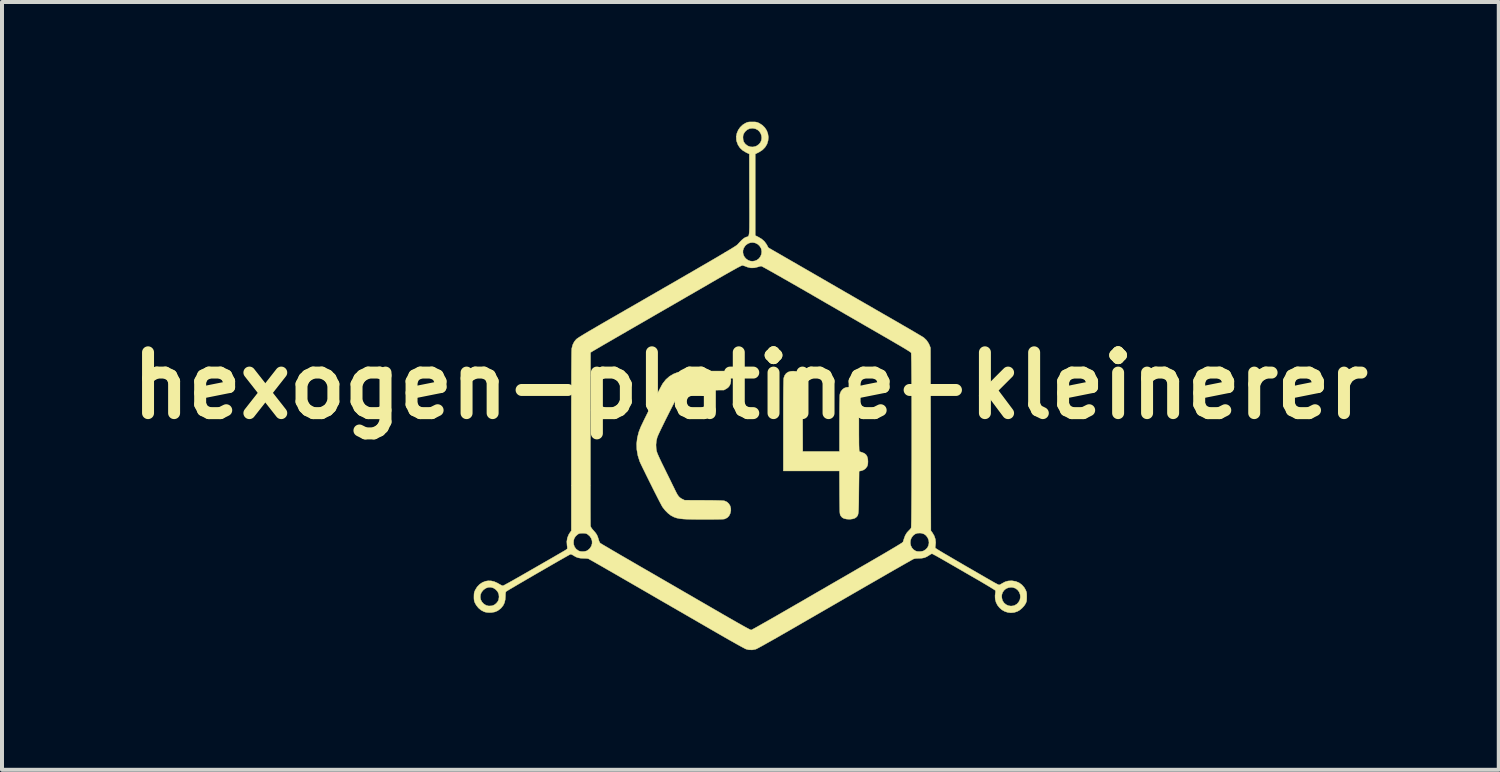
<source format=kicad_pcb>
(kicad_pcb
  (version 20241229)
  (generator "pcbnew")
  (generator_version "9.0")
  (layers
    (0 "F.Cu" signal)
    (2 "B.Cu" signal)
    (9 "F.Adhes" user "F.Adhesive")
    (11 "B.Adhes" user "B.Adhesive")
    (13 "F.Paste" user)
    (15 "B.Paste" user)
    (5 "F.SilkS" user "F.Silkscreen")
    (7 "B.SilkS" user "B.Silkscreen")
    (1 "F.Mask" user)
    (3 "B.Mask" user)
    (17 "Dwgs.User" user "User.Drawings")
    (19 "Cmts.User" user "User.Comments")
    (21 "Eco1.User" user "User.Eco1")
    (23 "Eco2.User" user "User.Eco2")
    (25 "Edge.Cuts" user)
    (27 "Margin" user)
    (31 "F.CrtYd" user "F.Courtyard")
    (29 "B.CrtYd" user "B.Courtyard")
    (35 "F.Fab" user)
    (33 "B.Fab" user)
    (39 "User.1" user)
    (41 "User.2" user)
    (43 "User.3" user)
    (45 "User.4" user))
  (footprint "hexogen-platine-kleinerer"
    (layer "F.Cu")
    (at 15.755 6.614)
    (property "Reference" "hexogen-platine-kleinerer" (at 0 0 0) (layer "F.SilkS") (effects (font (size 1.524 1.524) (thickness 0.3))))
    (attr through_hole)
    (fp_poly (pts (xy 1.145 -0.357) (xy 1.202 -0.337) (xy 1.247 -0.302) (xy 1.284 -0.25) (xy 1.284 -0.249) (xy 1.288 -0.241) (xy 1.292 -0.233) (xy 1.295 -0.223) (xy 1.297 -0.21) (xy 1.3 -0.193) (xy 1.302 -0.169) (xy 1.303 -0.138) (xy 1.304 -0.099) (xy 1.306 -0.049) (xy 1.306 0.011) (xy 1.307 0.085) (xy 1.308 0.172) (xy 1.308 0.275) (xy 1.309 0.395) (xy 1.309 0.533) (xy 1.31 0.691) (xy 1.31 0.722) (xy 1.313 1.651) (xy 2.233 1.651) (xy 2.233 0.955) (xy 2.234 0.805) (xy 2.234 0.67) (xy 2.235 0.551) (xy 2.236 0.448) (xy 2.238 0.362) (xy 2.239 0.294) (xy 2.241 0.245) (xy 2.244 0.217) (xy 2.244 0.212) (xy 2.269 0.148) (xy 2.309 0.096) (xy 2.351 0.064) (xy 2.405 0.044) (xy 2.466 0.039) (xy 2.529 0.046) (xy 2.589 0.064) (xy 2.64 0.094) (xy 2.675 0.13) (xy 2.691 0.161) (xy 2.704 0.202) (xy 2.71 0.229) (xy 2.711 0.251) (xy 2.713 0.292) (xy 2.715 0.351) (xy 2.716 0.426) (xy 2.717 0.515) (xy 2.718 0.615) (xy 2.719 0.726) (xy 2.72 0.845) (xy 2.72 0.964) (xy 2.72 1.107) (xy 2.72 1.229) (xy 2.721 1.333) (xy 2.721 1.42) (xy 2.722 1.491) (xy 2.724 1.546) (xy 2.725 1.589) (xy 2.727 1.619) (xy 2.73 1.638) (xy 2.732 1.647) (xy 2.733 1.649) (xy 2.751 1.658) (xy 2.78 1.668) (xy 2.794 1.672) (xy 2.854 1.696) (xy 2.898 1.731) (xy 2.927 1.779) (xy 2.943 1.842) (xy 2.947 1.9) (xy 2.945 1.95) (xy 2.939 1.987) (xy 2.929 2.018) (xy 2.923 2.029) (xy 2.886 2.078) (xy 2.836 2.114) (xy 2.776 2.135) (xy 2.772 2.136) (xy 2.725 2.144) (xy 2.719 2.667) (xy 2.718 2.791) (xy 2.717 2.896) (xy 2.715 2.983) (xy 2.713 3.055) (xy 2.711 3.113) (xy 2.708 3.159) (xy 2.704 3.195) (xy 2.699 3.222) (xy 2.693 3.243) (xy 2.685 3.26) (xy 2.676 3.274) (xy 2.665 3.287) (xy 2.659 3.294) (xy 2.62 3.322) (xy 2.565 3.34) (xy 2.499 3.349) (xy 2.425 3.346) (xy 2.407 3.344) (xy 2.346 3.33) (xy 2.301 3.305) (xy 2.269 3.268) (xy 2.262 3.257) (xy 2.257 3.246) (xy 2.252 3.236) (xy 2.249 3.223) (xy 2.246 3.207) (xy 2.243 3.184) (xy 2.241 3.154) (xy 2.24 3.115) (xy 2.239 3.064) (xy 2.238 3) (xy 2.237 2.921) (xy 2.236 2.825) (xy 2.235 2.71) (xy 2.235 2.675) (xy 2.232 2.138) (xy 0.826 2.138) (xy 0.826 1.001) (xy 0.826 0.791) (xy 0.826 0.601) (xy 0.826 0.433) (xy 0.827 0.285) (xy 0.828 0.158) (xy 0.829 0.05) (xy 0.831 -0.037) (xy 0.832 -0.105) (xy 0.834 -0.153) (xy 0.836 -0.182) (xy 0.837 -0.19) (xy 0.86 -0.255) (xy 0.897 -0.305) (xy 0.948 -0.34) (xy 1.014 -0.359) (xy 1.073 -0.363) (xy 1.145 -0.357)) (stroke (width 0.01) (type solid)) (fill yes) (layer "F.SilkS"))
    (fp_poly (pts (xy -0.604 -0.339) (xy -0.552 -0.298) (xy -0.514 -0.245) (xy -0.492 -0.184) (xy -0.487 -0.118) (xy -0.499 -0.051) (xy -0.516 -0.01) (xy -0.54 0.028) (xy -0.569 0.056) (xy -0.603 0.078) (xy -0.661 0.111) (xy -1.169 0.116) (xy -1.29 0.118) (xy -1.391 0.119) (xy -1.474 0.12) (xy -1.542 0.122) (xy -1.597 0.124) (xy -1.64 0.127) (xy -1.674 0.132) (xy -1.699 0.137) (xy -1.719 0.144) (xy -1.735 0.154) (xy -1.749 0.165) (xy -1.763 0.178) (xy -1.777 0.192) (xy -1.789 0.209) (xy -1.809 0.243) (xy -1.836 0.291) (xy -1.869 0.352) (xy -1.906 0.423) (xy -1.948 0.503) (xy -1.992 0.589) (xy -2.037 0.678) (xy -2.083 0.77) (xy -2.129 0.861) (xy -2.172 0.949) (xy -2.213 1.033) (xy -2.25 1.109) (xy -2.282 1.177) (xy -2.308 1.233) (xy -2.326 1.276) (xy -2.335 1.299) (xy -2.356 1.387) (xy -2.365 1.483) (xy -2.36 1.58) (xy -2.35 1.64) (xy -2.341 1.669) (xy -2.325 1.712) (xy -2.3 1.769) (xy -2.266 1.843) (xy -2.224 1.932) (xy -2.171 2.039) (xy -2.138 2.106) (xy -2.094 2.196) (xy -2.05 2.285) (xy -2.008 2.37) (xy -1.97 2.448) (xy -1.937 2.516) (xy -1.909 2.572) (xy -1.89 2.612) (xy -1.886 2.62) (xy -1.852 2.688) (xy -1.822 2.741) (xy -1.793 2.78) (xy -1.762 2.809) (xy -1.727 2.833) (xy -1.707 2.843) (xy -1.647 2.872) (xy -1.17 2.874) (xy -1.035 2.875) (xy -0.92 2.876) (xy -0.826 2.878) (xy -0.751 2.88) (xy -0.696 2.883) (xy -0.661 2.886) (xy -0.648 2.889) (xy -0.589 2.915) (xy -0.542 2.957) (xy -0.508 3.011) (xy -0.491 3.074) (xy -0.489 3.131) (xy -0.505 3.204) (xy -0.535 3.264) (xy -0.58 3.31) (xy -0.638 3.339) (xy -0.651 3.343) (xy -0.671 3.346) (xy -0.71 3.348) (xy -0.765 3.35) (xy -0.833 3.351) (xy -0.911 3.352) (xy -0.998 3.353) (xy -1.089 3.353) (xy -1.184 3.353) (xy -1.278 3.353) (xy -1.37 3.352) (xy -1.456 3.351) (xy -1.535 3.349) (xy -1.603 3.347) (xy -1.657 3.344) (xy -1.667 3.344) (xy -1.765 3.334) (xy -1.847 3.318) (xy -1.918 3.293) (xy -1.983 3.259) (xy -1.996 3.251) (xy -2.065 3.197) (xy -2.132 3.13) (xy -2.192 3.055) (xy -2.207 3.033) (xy -2.22 3.01) (xy -2.241 2.97) (xy -2.27 2.916) (xy -2.304 2.85) (xy -2.343 2.773) (xy -2.386 2.689) (xy -2.431 2.6) (xy -2.477 2.507) (xy -2.524 2.413) (xy -2.57 2.32) (xy -2.614 2.231) (xy -2.655 2.147) (xy -2.692 2.072) (xy -2.724 2.006) (xy -2.749 1.954) (xy -2.766 1.916) (xy -2.773 1.9) (xy -2.819 1.754) (xy -2.845 1.606) (xy -2.85 1.458) (xy -2.833 1.31) (xy -2.796 1.163) (xy -2.753 1.051) (xy -2.734 1.009) (xy -2.707 0.953) (xy -2.675 0.885) (xy -2.637 0.808) (xy -2.595 0.723) (xy -2.55 0.632) (xy -2.503 0.539) (xy -2.456 0.445) (xy -2.409 0.353) (xy -2.364 0.265) (xy -2.321 0.183) (xy -2.283 0.109) (xy -2.249 0.045) (xy -2.222 -0.006) (xy -2.202 -0.041) (xy -2.193 -0.056) (xy -2.117 -0.152) (xy -2.029 -0.23) (xy -1.928 -0.291) (xy -1.817 -0.334) (xy -1.773 -0.345) (xy -1.751 -0.35) (xy -1.728 -0.353) (xy -1.701 -0.356) (xy -1.669 -0.359) (xy -1.628 -0.361) (xy -1.578 -0.362) (xy -1.516 -0.363) (xy -1.44 -0.364) (xy -1.348 -0.364) (xy -1.238 -0.365) (xy -1.169 -0.365) (xy -0.651 -0.365) (xy -0.604 -0.339)) (stroke (width 0.01) (type solid)) (fill yes) (layer "F.SilkS"))
    (fp_poly (pts (xy 0.098 -6.609) (xy 0.135 -6.606) (xy 0.163 -6.6) (xy 0.192 -6.59) (xy 0.224 -6.575) (xy 0.301 -6.526) (xy 0.363 -6.464) (xy 0.41 -6.392) (xy 0.439 -6.312) (xy 0.451 -6.228) (xy 0.444 -6.141) (xy 0.418 -6.056) (xy 0.413 -6.046) (xy 0.367 -5.971) (xy 0.304 -5.907) (xy 0.224 -5.855) (xy 0.204 -5.844) (xy 0.122 -5.805) (xy 0.122 -3.763) (xy 0.203 -3.722) (xy 0.285 -3.673) (xy 0.351 -3.615) (xy 0.403 -3.544) (xy 0.414 -3.525) (xy 0.45 -3.457) (xy 1.667 -2.755) (xy 1.831 -2.66) (xy 2.001 -2.562) (xy 2.174 -2.462) (xy 2.348 -2.361) (xy 2.522 -2.261) (xy 2.693 -2.162) (xy 2.859 -2.067) (xy 3.019 -1.975) (xy 3.169 -1.888) (xy 3.308 -1.808) (xy 3.434 -1.736) (xy 3.545 -1.672) (xy 3.593 -1.644) (xy 3.707 -1.579) (xy 3.816 -1.515) (xy 3.919 -1.456) (xy 4.015 -1.4) (xy 4.102 -1.349) (xy 4.178 -1.304) (xy 4.242 -1.266) (xy 4.293 -1.236) (xy 4.328 -1.214) (xy 4.347 -1.202) (xy 4.348 -1.201) (xy 4.415 -1.137) (xy 4.467 -1.06) (xy 4.49 -1.01) (xy 4.514 -0.947) (xy 4.519 1.344) (xy 4.524 3.635) (xy 4.565 3.691) (xy 4.609 3.767) (xy 4.636 3.849) (xy 4.645 3.934) (xy 4.637 4.011) (xy 4.633 4.041) (xy 4.633 4.064) (xy 4.633 4.066) (xy 4.638 4.071) (xy 4.65 4.08) (xy 4.672 4.095) (xy 4.704 4.115) (xy 4.746 4.141) (xy 4.799 4.173) (xy 4.864 4.212) (xy 4.942 4.257) (xy 5.032 4.31) (xy 5.136 4.371) (xy 5.255 4.44) (xy 5.388 4.518) (xy 5.538 4.604) (xy 5.704 4.7) (xy 5.887 4.806) (xy 6.063 4.907) (xy 6.115 4.937) (xy 6.162 4.962) (xy 6.199 4.981) (xy 6.225 4.993) (xy 6.233 4.995) (xy 6.25 4.99) (xy 6.279 4.976) (xy 6.308 4.958) (xy 6.383 4.918) (xy 6.459 4.896) (xy 6.543 4.891) (xy 6.562 4.892) (xy 6.652 4.907) (xy 6.734 4.941) (xy 6.804 4.992) (xy 6.863 5.059) (xy 6.892 5.109) (xy 6.908 5.143) (xy 6.918 5.171) (xy 6.924 5.199) (xy 6.926 5.234) (xy 6.927 5.283) (xy 6.927 5.291) (xy 6.926 5.344) (xy 6.924 5.381) (xy 6.919 5.41) (xy 6.909 5.437) (xy 6.898 5.462) (xy 6.861 5.519) (xy 6.81 5.575) (xy 6.752 5.624) (xy 6.694 5.658) (xy 6.612 5.685) (xy 6.529 5.693) (xy 6.449 5.683) (xy 6.373 5.658) (xy 6.303 5.618) (xy 6.243 5.565) (xy 6.193 5.502) (xy 6.157 5.43) (xy 6.136 5.35) (xy 6.134 5.307) (xy 6.299 5.307) (xy 6.315 5.375) (xy 6.322 5.393) (xy 6.359 5.447) (xy 6.408 5.488) (xy 6.467 5.515) (xy 6.531 5.525) (xy 6.596 5.517) (xy 6.623 5.508) (xy 6.681 5.473) (xy 6.725 5.424) (xy 6.755 5.365) (xy 6.767 5.3) (xy 6.762 5.241) (xy 6.738 5.174) (xy 6.698 5.121) (xy 6.646 5.081) (xy 6.584 5.059) (xy 6.535 5.054) (xy 6.465 5.064) (xy 6.405 5.09) (xy 6.357 5.131) (xy 6.322 5.182) (xy 6.302 5.242) (xy 6.299 5.307) (xy 6.134 5.307) (xy 6.132 5.265) (xy 6.137 5.224) (xy 6.144 5.173) (xy 6.142 5.141) (xy 6.139 5.134) (xy 6.128 5.125) (xy 6.1 5.106) (xy 6.058 5.08) (xy 6.003 5.046) (xy 5.938 5.007) (xy 5.864 4.963) (xy 5.783 4.915) (xy 5.729 4.883) (xy 5.624 4.823) (xy 5.508 4.756) (xy 5.385 4.685) (xy 5.261 4.613) (xy 5.14 4.543) (xy 5.029 4.479) (xy 4.948 4.432) (xy 4.866 4.385) (xy 4.789 4.341) (xy 4.72 4.302) (xy 4.66 4.268) (xy 4.611 4.242) (xy 4.575 4.223) (xy 4.555 4.213) (xy 4.552 4.212) (xy 4.535 4.218) (xy 4.508 4.233) (xy 4.477 4.253) (xy 4.418 4.289) (xy 4.361 4.313) (xy 4.298 4.325) (xy 4.222 4.329) (xy 4.169 4.33) (xy 4.124 4.335) (xy 4.093 4.343) (xy 4.092 4.343) (xy 4.077 4.351) (xy 4.043 4.369) (xy 3.992 4.399) (xy 3.922 4.438) (xy 3.834 4.488) (xy 3.728 4.549) (xy 3.604 4.619) (xy 3.463 4.7) (xy 3.304 4.792) (xy 3.127 4.894) (xy 2.933 5.005) (xy 2.722 5.127) (xy 2.493 5.259) (xy 2.246 5.402) (xy 1.983 5.554) (xy 1.702 5.716) (xy 1.404 5.888) (xy 1.286 5.956) (xy 1.112 6.057) (xy 0.95 6.15) (xy 0.802 6.235) (xy 0.666 6.313) (xy 0.544 6.382) (xy 0.437 6.442) (xy 0.345 6.494) (xy 0.269 6.536) (xy 0.208 6.569) (xy 0.165 6.592) (xy 0.139 6.604) (xy 0.134 6.606) (xy 0.048 6.623) (xy -0.039 6.62) (xy -0.106 6.604) (xy -0.125 6.596) (xy -0.161 6.577) (xy -0.211 6.55) (xy -0.275 6.515) (xy -0.351 6.473) (xy -0.437 6.424) (xy -0.532 6.371) (xy -0.634 6.313) (xy -0.741 6.251) (xy -0.837 6.196) (xy -0.955 6.128) (xy -1.074 6.059) (xy -1.193 5.99) (xy -1.308 5.924) (xy -1.417 5.86) (xy -1.519 5.802) (xy -1.61 5.749) (xy -1.689 5.703) (xy -1.753 5.666) (xy -1.778 5.652) (xy -1.825 5.625) (xy -1.888 5.588) (xy -1.967 5.543) (xy -2.059 5.489) (xy -2.163 5.43) (xy -2.277 5.364) (xy -2.399 5.293) (xy -2.528 5.218) (xy -2.662 5.141) (xy -2.8 5.061) (xy -2.939 4.981) (xy -3.039 4.923) (xy -3.173 4.846) (xy -3.302 4.771) (xy -3.425 4.7) (xy -3.541 4.634) (xy -3.648 4.572) (xy -3.745 4.516) (xy -3.832 4.467) (xy -3.906 4.424) (xy -3.967 4.39) (xy -4.014 4.364) (xy -4.045 4.346) (xy -4.058 4.339) (xy -4.059 4.339) (xy -4.082 4.334) (xy -4.119 4.331) (xy -4.164 4.329) (xy -4.179 4.329) (xy -4.254 4.325) (xy -4.316 4.314) (xy -4.372 4.293) (xy -4.428 4.26) (xy -4.462 4.24) (xy -4.49 4.228) (xy -4.506 4.225) (xy -4.519 4.231) (xy -4.549 4.247) (xy -4.593 4.272) (xy -4.651 4.305) (xy -4.72 4.344) (xy -4.8 4.389) (xy -4.888 4.44) (xy -4.982 4.494) (xy -5.082 4.552) (xy -5.186 4.612) (xy -5.292 4.673) (xy -5.398 4.734) (xy -5.502 4.795) (xy -5.604 4.854) (xy -5.701 4.911) (xy -5.793 4.964) (xy -5.876 5.013) (xy -5.95 5.057) (xy -6.014 5.094) (xy -6.064 5.124) (xy -6.101 5.147) (xy -6.121 5.16) (xy -6.125 5.163) (xy -6.132 5.183) (xy -6.137 5.222) (xy -6.138 5.271) (xy -6.144 5.364) (xy -6.163 5.443) (xy -6.196 5.511) (xy -6.245 5.572) (xy -6.271 5.596) (xy -6.335 5.643) (xy -6.405 5.672) (xy -6.485 5.686) (xy -6.53 5.688) (xy -6.588 5.685) (xy -6.634 5.678) (xy -6.677 5.665) (xy -6.681 5.663) (xy -6.75 5.626) (xy -6.814 5.572) (xy -6.867 5.506) (xy -6.892 5.463) (xy -6.909 5.428) (xy -6.919 5.398) (xy -6.924 5.368) (xy -6.927 5.329) (xy -6.927 5.3) (xy -6.769 5.3) (xy -6.758 5.363) (xy -6.727 5.421) (xy -6.681 5.471) (xy -6.622 5.507) (xy -6.556 5.523) (xy -6.484 5.519) (xy -6.452 5.511) (xy -6.407 5.489) (xy -6.364 5.453) (xy -6.329 5.409) (xy -6.31 5.37) (xy -6.298 5.296) (xy -6.305 5.227) (xy -6.332 5.165) (xy -6.379 5.112) (xy -6.382 5.109) (xy -6.441 5.071) (xy -6.504 5.053) (xy -6.568 5.055) (xy -6.63 5.077) (xy -6.689 5.119) (xy -6.691 5.121) (xy -6.736 5.176) (xy -6.762 5.236) (xy -6.769 5.3) (xy -6.927 5.3) (xy -6.927 5.292) (xy -6.926 5.242) (xy -6.923 5.205) (xy -6.916 5.175) (xy -6.904 5.144) (xy -6.894 5.122) (xy -6.847 5.045) (xy -6.786 4.981) (xy -6.715 4.933) (xy -6.636 4.902) (xy -6.574 4.892) (xy -6.496 4.894) (xy -6.419 4.912) (xy -6.34 4.947) (xy -6.301 4.97) (xy -6.263 4.991) (xy -6.23 5.008) (xy -6.206 5.016) (xy -6.202 5.016) (xy -6.19 5.012) (xy -6.162 4.998) (xy -6.119 4.974) (xy -6.058 4.941) (xy -5.982 4.899) (xy -5.889 4.846) (xy -5.779 4.784) (xy -5.652 4.711) (xy -5.508 4.628) (xy -5.346 4.535) (xy -5.167 4.432) (xy -4.97 4.319) (xy -4.755 4.194) (xy -4.66 4.139) (xy -4.626 4.118) (xy -4.601 4.1) (xy -4.588 4.087) (xy -4.588 4.087) (xy -4.587 4.069) (xy -4.589 4.038) (xy -4.594 4.004) (xy -4.6 3.909) (xy -4.6 3.907) (xy -4.432 3.907) (xy -4.428 3.98) (xy -4.405 4.044) (xy -4.364 4.098) (xy -4.305 4.14) (xy -4.302 4.142) (xy -4.262 4.154) (xy -4.211 4.159) (xy -4.158 4.156) (xy -4.111 4.145) (xy -4.096 4.138) (xy -4.065 4.118) (xy -4.032 4.088) (xy -4.018 4.074) (xy -3.983 4.017) (xy -3.966 3.956) (xy -3.967 3.893) (xy -3.986 3.832) (xy -4.022 3.776) (xy -4.074 3.73) (xy -4.077 3.728) (xy -4.103 3.713) (xy -4.128 3.704) (xy -4.159 3.7) (xy -4.202 3.699) (xy -4.246 3.7) (xy -4.277 3.704) (xy -4.302 3.713) (xy -4.327 3.728) (xy -4.38 3.775) (xy -4.415 3.832) (xy -4.432 3.899) (xy -4.432 3.907) (xy -4.6 3.907) (xy -4.586 3.818) (xy -4.552 3.733) (xy -4.521 3.684) (xy -4.487 3.637) (xy -4.487 2.329) (xy -4.009 2.329) (xy -4.009 2.505) (xy -4.009 2.67) (xy -4.009 2.823) (xy -4.009 2.965) (xy -4.009 3.092) (xy -4.008 3.205) (xy -4.008 3.303) (xy -4.007 3.384) (xy -4.007 3.447) (xy -4.006 3.492) (xy -4.006 3.518) (xy -4.005 3.523) (xy -3.992 3.554) (xy -3.962 3.596) (xy -3.932 3.63) (xy -3.885 3.684) (xy -3.851 3.732) (xy -3.827 3.783) (xy -3.808 3.842) (xy -3.804 3.856) (xy -3.791 3.897) (xy -3.775 3.93) (xy -3.764 3.946) (xy -3.752 3.954) (xy -3.723 3.972) (xy -3.678 3.999) (xy -3.618 4.034) (xy -3.544 4.077) (xy -3.459 4.128) (xy -3.362 4.184) (xy -3.255 4.247) (xy -3.139 4.314) (xy -3.016 4.385) (xy -2.887 4.46) (xy -2.753 4.538) (xy -2.725 4.554) (xy -2.567 4.645) (xy -2.397 4.743) (xy -2.22 4.846) (xy -2.038 4.951) (xy -1.853 5.058) (xy -1.669 5.165) (xy -1.488 5.269) (xy -1.315 5.37) (xy -1.15 5.465) (xy -0.998 5.553) (xy -0.862 5.632) (xy -0.857 5.634) (xy -0.701 5.725) (xy -0.562 5.805) (xy -0.439 5.875) (xy -0.333 5.936) (xy -0.242 5.987) (xy -0.166 6.03) (xy -0.104 6.064) (xy -0.055 6.09) (xy -0.018 6.109) (xy 0.006 6.12) (xy 0.02 6.125) (xy 0.022 6.125) (xy 0.034 6.119) (xy 0.064 6.103) (xy 0.109 6.079) (xy 0.17 6.045) (xy 0.244 6.003) (xy 0.33 5.954) (xy 0.428 5.899) (xy 0.537 5.837) (xy 0.654 5.77) (xy 0.779 5.698) (xy 0.911 5.622) (xy 1.048 5.543) (xy 1.143 5.488) (xy 1.304 5.396) (xy 1.472 5.298) (xy 1.646 5.197) (xy 1.824 5.095) (xy 2.002 4.991) (xy 2.179 4.889) (xy 2.351 4.79) (xy 2.517 4.694) (xy 2.673 4.603) (xy 2.818 4.519) (xy 2.949 4.444) (xy 3.024 4.4) (xy 3.143 4.331) (xy 3.257 4.265) (xy 3.363 4.203) (xy 3.463 4.144) (xy 3.552 4.091) (xy 3.632 4.044) (xy 3.699 4.003) (xy 3.753 3.97) (xy 3.792 3.945) (xy 3.793 3.945) (xy 4.008 3.945) (xy 4.02 4.007) (xy 4.047 4.063) (xy 4.088 4.11) (xy 4.144 4.145) (xy 4.151 4.148) (xy 4.186 4.156) (xy 4.233 4.158) (xy 4.281 4.155) (xy 4.324 4.147) (xy 4.337 4.143) (xy 4.394 4.108) (xy 4.438 4.061) (xy 4.465 4.004) (xy 4.477 3.941) (xy 4.47 3.876) (xy 4.445 3.813) (xy 4.404 3.757) (xy 4.356 3.721) (xy 4.297 3.7) (xy 4.255 3.695) (xy 4.188 3.698) (xy 4.132 3.717) (xy 4.084 3.753) (xy 4.073 3.764) (xy 4.034 3.82) (xy 4.013 3.881) (xy 4.008 3.945) (xy 3.793 3.945) (xy 3.815 3.93) (xy 3.822 3.925) (xy 3.83 3.903) (xy 3.841 3.869) (xy 3.848 3.846) (xy 3.88 3.757) (xy 3.926 3.682) (xy 3.964 3.641) (xy 3.993 3.612) (xy 4.017 3.585) (xy 4.028 3.568) (xy 4.03 3.554) (xy 4.032 3.52) (xy 4.033 3.468) (xy 4.035 3.398) (xy 4.036 3.312) (xy 4.037 3.21) (xy 4.038 3.095) (xy 4.039 2.967) (xy 4.04 2.828) (xy 4.041 2.679) (xy 4.042 2.52) (xy 4.042 2.354) (xy 4.043 2.181) (xy 4.043 2.003) (xy 4.044 1.82) (xy 4.044 1.635) (xy 4.044 1.448) (xy 4.044 1.26) (xy 4.044 1.074) (xy 4.044 0.889) (xy 4.044 0.707) (xy 4.043 0.53) (xy 4.043 0.358) (xy 4.042 0.193) (xy 4.042 0.036) (xy 4.041 -0.111) (xy 4.04 -0.249) (xy 4.039 -0.374) (xy 4.038 -0.487) (xy 4.037 -0.585) (xy 4.035 -0.669) (xy 4.034 -0.735) (xy 4.032 -0.784) (xy 4.031 -0.814) (xy 4.029 -0.824) (xy 4.017 -0.835) (xy 3.986 -0.857) (xy 3.937 -0.888) (xy 3.869 -0.93) (xy 3.782 -0.982) (xy 3.677 -1.043) (xy 3.554 -1.115) (xy 3.429 -1.188) (xy 3.345 -1.236) (xy 3.245 -1.294) (xy 3.13 -1.36) (xy 3.002 -1.434) (xy 2.863 -1.514) (xy 2.715 -1.6) (xy 2.559 -1.69) (xy 2.397 -1.783) (xy 2.232 -1.879) (xy 2.064 -1.976) (xy 1.895 -2.073) (xy 1.728 -2.17) (xy 1.571 -2.261) (xy 1.408 -2.355) (xy 1.253 -2.444) (xy 1.105 -2.529) (xy 0.967 -2.608) (xy 0.838 -2.681) (xy 0.721 -2.748) (xy 0.615 -2.808) (xy 0.521 -2.861) (xy 0.441 -2.906) (xy 0.376 -2.942) (xy 0.326 -2.969) (xy 0.292 -2.987) (xy 0.275 -2.995) (xy 0.274 -2.995) (xy 0.25 -2.992) (xy 0.215 -2.982) (xy 0.185 -2.973) (xy 0.097 -2.952) (xy 0.009 -2.951) (xy -0.076 -2.971) (xy -0.095 -2.979) (xy -0.135 -2.994) (xy -0.172 -3.007) (xy -0.196 -3.013) (xy -0.203 -3.012) (xy -0.215 -3.009) (xy -0.233 -3.001) (xy -0.257 -2.99) (xy -0.288 -2.974) (xy -0.329 -2.953) (xy -0.378 -2.925) (xy -0.438 -2.892) (xy -0.51 -2.852) (xy -0.594 -2.804) (xy -0.691 -2.749) (xy -0.802 -2.685) (xy -0.929 -2.612) (xy -1.072 -2.529) (xy -1.232 -2.436) (xy -1.249 -2.427) (xy -1.407 -2.335) (xy -1.576 -2.238) (xy -1.753 -2.135) (xy -1.935 -2.03) (xy -2.119 -1.924) (xy -2.302 -1.819) (xy -2.481 -1.715) (xy -2.654 -1.615) (xy -2.817 -1.521) (xy -2.968 -1.434) (xy -3.104 -1.356) (xy -3.114 -1.349) (xy -3.238 -1.278) (xy -3.356 -1.21) (xy -3.468 -1.145) (xy -3.573 -1.084) (xy -3.669 -1.029) (xy -3.754 -0.979) (xy -3.828 -0.936) (xy -3.889 -0.9) (xy -3.936 -0.873) (xy -3.967 -0.854) (xy -3.982 -0.845) (xy -3.982 -0.845) (xy -4.006 -0.827) (xy -4.009 1.33) (xy -4.009 1.543) (xy -4.009 1.75) (xy -4.009 1.951) (xy -4.009 2.144) (xy -4.009 2.329) (xy -4.487 2.329) (xy -4.487 1.387) (xy -4.487 1.087) (xy -4.487 0.809) (xy -4.487 0.551) (xy -4.486 0.314) (xy -4.486 0.098) (xy -4.485 -0.098) (xy -4.485 -0.272) (xy -4.484 -0.426) (xy -4.483 -0.56) (xy -4.482 -0.673) (xy -4.481 -0.765) (xy -4.48 -0.838) (xy -4.478 -0.89) (xy -4.477 -0.922) (xy -4.476 -0.931) (xy -4.452 -1.023) (xy -4.412 -1.102) (xy -4.362 -1.162) (xy -4.348 -1.173) (xy -4.324 -1.19) (xy -4.29 -1.213) (xy -4.245 -1.241) (xy -4.187 -1.277) (xy -4.117 -1.319) (xy -4.033 -1.369) (xy -3.934 -1.426) (xy -3.82 -1.493) (xy -3.691 -1.568) (xy -3.544 -1.653) (xy -3.38 -1.747) (xy -3.375 -1.75) (xy -3.091 -1.914) (xy -2.824 -2.067) (xy -2.575 -2.211) (xy -2.342 -2.345) (xy -2.126 -2.47) (xy -1.925 -2.585) (xy -1.739 -2.693) (xy -1.568 -2.792) (xy -1.41 -2.883) (xy -1.266 -2.967) (xy -1.135 -3.043) (xy -1.016 -3.112) (xy -0.908 -3.175) (xy -0.812 -3.231) (xy -0.727 -3.282) (xy -0.651 -3.327) (xy -0.646 -3.329) (xy -0.186 -3.329) (xy -0.173 -3.273) (xy -0.146 -3.222) (xy -0.108 -3.179) (xy -0.061 -3.145) (xy -0.007 -3.123) (xy 0.052 -3.116) (xy 0.115 -3.126) (xy 0.16 -3.144) (xy 0.213 -3.182) (xy 0.252 -3.233) (xy 0.277 -3.293) (xy 0.285 -3.356) (xy 0.275 -3.42) (xy 0.266 -3.445) (xy 0.229 -3.504) (xy 0.18 -3.547) (xy 0.123 -3.575) (xy 0.062 -3.587) (xy -0.000377 -3.582) (xy -0.06 -3.56) (xy -0.114 -3.52) (xy -0.129 -3.504) (xy -0.166 -3.447) (xy -0.185 -3.388) (xy -0.186 -3.329) (xy -0.646 -3.329) (xy -0.585 -3.366) (xy -0.527 -3.401) (xy -0.478 -3.43) (xy -0.437 -3.456) (xy -0.403 -3.477) (xy -0.376 -3.495) (xy -0.354 -3.509) (xy -0.339 -3.521) (xy -0.328 -3.529) (xy -0.323 -3.534) (xy -0.266 -3.596) (xy -0.219 -3.644) (xy -0.18 -3.678) (xy -0.147 -3.702) (xy -0.117 -3.718) (xy -0.111 -3.72) (xy -0.096 -3.725) (xy -0.083 -3.728) (xy -0.071 -3.732) (xy -0.061 -3.736) (xy -0.053 -3.743) (xy -0.045 -3.753) (xy -0.039 -3.769) (xy -0.034 -3.791) (xy -0.03 -3.82) (xy -0.027 -3.857) (xy -0.025 -3.905) (xy -0.023 -3.964) (xy -0.023 -4.035) (xy -0.022 -4.12) (xy -0.022 -4.22) (xy -0.022 -4.336) (xy -0.023 -4.47) (xy -0.023 -4.622) (xy -0.024 -4.788) (xy -0.026 -5.805) (xy -0.106 -5.843) (xy -0.191 -5.894) (xy -0.259 -5.957) (xy -0.309 -6.032) (xy -0.341 -6.117) (xy -0.35 -6.156) (xy -0.352 -6.213) (xy -0.185 -6.213) (xy -0.18 -6.155) (xy -0.165 -6.108) (xy -0.135 -6.066) (xy -0.12 -6.049) (xy -0.065 -6.008) (xy -0.002 -5.985) (xy 0.064 -5.981) (xy 0.132 -5.996) (xy 0.16 -6.009) (xy 0.215 -6.048) (xy 0.254 -6.096) (xy 0.277 -6.15) (xy 0.285 -6.208) (xy 0.278 -6.265) (xy 0.259 -6.32) (xy 0.227 -6.369) (xy 0.183 -6.409) (xy 0.127 -6.437) (xy 0.062 -6.45) (xy 0.047 -6.45) (xy -0.021 -6.441) (xy -0.081 -6.412) (xy -0.132 -6.365) (xy -0.153 -6.335) (xy -0.172 -6.301) (xy -0.181 -6.271) (xy -0.185 -6.234) (xy -0.185 -6.213) (xy -0.352 -6.213) (xy -0.353 -6.242) (xy -0.337 -6.326) (xy -0.303 -6.405) (xy -0.253 -6.477) (xy -0.189 -6.537) (xy -0.122 -6.578) (xy -0.09 -6.593) (xy -0.062 -6.602) (xy -0.032 -6.607) (xy 0.008 -6.609) (xy 0.048 -6.609) (xy 0.098 -6.609)) (stroke (width 0.01) (type solid)) (fill yes) (layer "F.SilkS")))
  (gr_rect
    (start -3 -3)
    (end 34.511 16.242)
    (stroke (width 0.1) (type default))
    (fill no)
    (layer "Edge.Cuts")))
</source>
